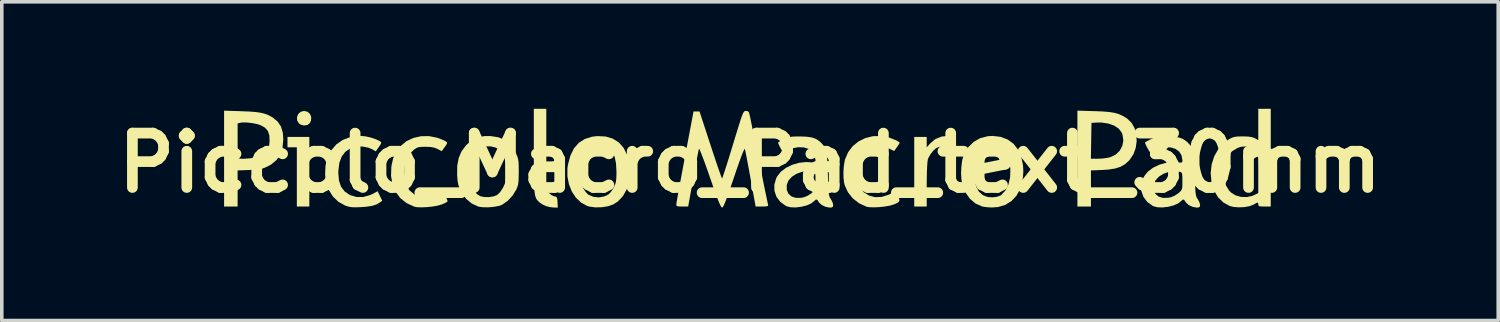
<source format=kicad_pcb>
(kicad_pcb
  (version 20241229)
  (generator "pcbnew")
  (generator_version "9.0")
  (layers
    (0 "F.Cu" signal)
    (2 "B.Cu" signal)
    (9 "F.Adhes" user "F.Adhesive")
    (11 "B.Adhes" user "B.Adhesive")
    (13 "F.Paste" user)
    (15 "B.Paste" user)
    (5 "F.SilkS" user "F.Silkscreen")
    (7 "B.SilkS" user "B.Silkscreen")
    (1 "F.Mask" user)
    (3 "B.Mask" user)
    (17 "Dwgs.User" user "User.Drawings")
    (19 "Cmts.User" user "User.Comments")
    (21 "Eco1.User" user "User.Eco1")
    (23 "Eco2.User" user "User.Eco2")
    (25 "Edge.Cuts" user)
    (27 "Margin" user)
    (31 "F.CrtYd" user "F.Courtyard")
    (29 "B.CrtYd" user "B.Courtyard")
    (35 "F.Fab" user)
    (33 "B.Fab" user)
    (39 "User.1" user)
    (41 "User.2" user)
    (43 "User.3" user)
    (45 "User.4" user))
  (footprint "Piccolo_Macro_Pad_text_30mm"
    (layer "F.Cu")
    (at 17.969 1.515)
    (property "Reference" "Piccolo_Macro_Pad_text_30mm" (at 0 0 0) (layer "F.SilkS") (effects (font (size 1.524 1.524) (thickness 0.3))))
    (attr board_only exclude_from_pos_files exclude_from_bom)
    (fp_poly (pts (xy -12.35 1.223) (xy -12.7 1.223) (xy -12.7 -0.437) (xy -12.962 -0.437) (xy -12.962 -0.728) (xy -12.35 -0.728)) (stroke (width 0) (type solid)) (fill yes) (layer "F.SilkS"))
    (fp_poly (pts (xy -12.398 -1.432) (xy -12.329 -1.368) (xy -12.296 -1.279) (xy -12.305 -1.179) (xy -12.338 -1.113) (xy -12.405 -1.062) (xy -12.496 -1.048) (xy -12.589 -1.07) (xy -12.642 -1.107) (xy -12.692 -1.192) (xy -12.696 -1.285) (xy -12.66 -1.371) (xy -12.59 -1.433) (xy -12.496 -1.456)) (stroke (width 0) (type solid)) (fill yes) (layer "F.SilkS"))
    (fp_poly (pts (xy -5.709 0.753) (xy -5.635 0.841) (xy -5.565 0.902) (xy -5.491 0.936) (xy -5.482 0.938) (xy -5.436 0.948) (xy -5.411 0.975) (xy -5.399 1.034) (xy -5.395 1.1) (xy -5.386 1.253) (xy -5.496 1.251) (xy -5.601 1.24) (xy -5.709 1.213) (xy -5.719 1.21) (xy -5.813 1.166) (xy -5.897 1.11) (xy -5.905 1.102) (xy -5.942 1.067) (xy -5.972 1.031) (xy -5.996 0.99) (xy -6.016 0.937) (xy -6.031 0.867) (xy -6.042 0.774) (xy -6.049 0.652) (xy -6.054 0.497) (xy -6.057 0.302) (xy -6.058 0.062) (xy -6.059 -0.229) (xy -6.059 -0.334) (xy -6.059 -1.515) (xy -5.709 -1.515)) (stroke (width 0) (type solid)) (fill yes) (layer "F.SilkS"))
    (fp_poly (pts (xy 5.657 -0.752) (xy 5.728 -0.735) (xy 5.754 -0.696) (xy 5.742 -0.63) (xy 5.71 -0.555) (xy 5.653 -0.454) (xy 5.602 -0.41) (xy 5.559 -0.424) (xy 5.547 -0.44) (xy 5.504 -0.459) (xy 5.416 -0.461) (xy 5.38 -0.459) (xy 5.282 -0.443) (xy 5.211 -0.409) (xy 5.138 -0.343) (xy 5.124 -0.328) (xy 5.054 -0.238) (xy 5 -0.141) (xy 4.984 -0.098) (xy 4.974 -0.033) (xy 4.965 0.08) (xy 4.958 0.232) (xy 4.954 0.411) (xy 4.952 0.608) (xy 4.952 0.619) (xy 4.952 1.223) (xy 4.602 1.223) (xy 4.602 -0.728) (xy 4.952 -0.728) (xy 4.952 -0.435) (xy 5.046 -0.542) (xy 5.19 -0.665) (xy 5.362 -0.736) (xy 5.534 -0.756)) (stroke (width 0) (type solid)) (fill yes) (layer "F.SilkS"))
    (fp_poly (pts (xy 9.663 -1.45) (xy 9.889 -1.441) (xy 10.069 -1.426) (xy 10.213 -1.402) (xy 10.333 -1.368) (xy 10.441 -1.32) (xy 10.548 -1.255) (xy 10.576 -1.236) (xy 10.695 -1.12) (xy 10.779 -0.969) (xy 10.826 -0.794) (xy 10.836 -0.608) (xy 10.809 -0.42) (xy 10.745 -0.243) (xy 10.642 -0.088) (xy 10.629 -0.073) (xy 10.516 0.031) (xy 10.39 0.106) (xy 10.239 0.156) (xy 10.053 0.186) (xy 9.882 0.198) (xy 9.554 0.211) (xy 9.554 1.223) (xy 9.175 1.223) (xy 9.175 -0.117) (xy 9.553 -0.117) (xy 9.752 -0.117) (xy 9.882 -0.123) (xy 10.014 -0.141) (xy 10.096 -0.16) (xy 10.246 -0.231) (xy 10.361 -0.341) (xy 10.434 -0.477) (xy 10.462 -0.63) (xy 10.44 -0.788) (xy 10.413 -0.855) (xy 10.332 -0.961) (xy 10.206 -1.044) (xy 10.043 -1.102) (xy 9.855 -1.131) (xy 9.707 -1.13) (xy 9.569 -1.121) (xy 9.561 -0.619) (xy 9.553 -0.117) (xy 9.175 -0.117) (xy 9.175 -1.464)) (stroke (width 0) (type solid)) (fill yes) (layer "F.SilkS"))
    (fp_poly (pts (xy -14.251 -1.448) (xy -14.026 -1.439) (xy -13.848 -1.425) (xy -13.707 -1.404) (xy -13.591 -1.375) (xy -13.49 -1.335) (xy -13.392 -1.281) (xy -13.376 -1.271) (xy -13.238 -1.158) (xy -13.145 -1.019) (xy -13.093 -0.848) (xy -13.08 -0.661) (xy -13.101 -0.43) (xy -13.162 -0.238) (xy -13.267 -0.083) (xy -13.416 0.042) (xy -13.508 0.093) (xy -13.598 0.135) (xy -13.676 0.162) (xy -13.76 0.18) (xy -13.867 0.191) (xy -14.013 0.198) (xy -14.028 0.199) (xy -14.36 0.211) (xy -14.36 1.223) (xy -14.739 1.223) (xy -14.739 -0.631) (xy -14.36 -0.631) (xy -14.359 -0.469) (xy -14.356 -0.329) (xy -14.35 -0.219) (xy -14.343 -0.151) (xy -14.338 -0.133) (xy -14.294 -0.119) (xy -14.207 -0.115) (xy -14.095 -0.121) (xy -13.971 -0.133) (xy -13.853 -0.152) (xy -13.754 -0.175) (xy -13.701 -0.195) (xy -13.588 -0.269) (xy -13.516 -0.361) (xy -13.477 -0.483) (xy -13.464 -0.605) (xy -13.47 -0.77) (xy -13.511 -0.893) (xy -13.592 -0.986) (xy -13.705 -1.052) (xy -13.817 -1.089) (xy -13.956 -1.116) (xy -14.098 -1.132) (xy -14.223 -1.133) (xy -14.284 -1.125) (xy -14.36 -1.106) (xy -14.36 -0.631) (xy -14.739 -0.631) (xy -14.739 -1.464)) (stroke (width 0) (type solid)) (fill yes) (layer "F.SilkS"))
    (fp_poly (pts (xy -10.779 -0.744) (xy -10.619 -0.708) (xy -10.47 -0.656) (xy -10.377 -0.609) (xy -10.343 -0.585) (xy -10.335 -0.559) (xy -10.355 -0.516) (xy -10.402 -0.447) (xy -10.487 -0.323) (xy -10.59 -0.383) (xy -10.694 -0.426) (xy -10.832 -0.454) (xy -10.878 -0.459) (xy -10.998 -0.463) (xy -11.089 -0.451) (xy -11.179 -0.418) (xy -11.199 -0.408) (xy -11.342 -0.311) (xy -11.445 -0.176) (xy -11.509 -0.000027) (xy -11.537 0.219) (xy -11.538 0.28) (xy -11.52 0.492) (xy -11.463 0.663) (xy -11.366 0.795) (xy -11.225 0.894) (xy -11.2 0.906) (xy -11.025 0.956) (xy -10.837 0.955) (xy -10.652 0.904) (xy -10.595 0.878) (xy -10.436 0.794) (xy -10.371 0.927) (xy -10.307 1.06) (xy -10.373 1.109) (xy -10.468 1.164) (xy -10.592 1.204) (xy -10.754 1.229) (xy -10.923 1.241) (xy -11.068 1.245) (xy -11.174 1.24) (xy -11.26 1.224) (xy -11.345 1.196) (xy -11.347 1.195) (xy -11.536 1.09) (xy -11.69 0.941) (xy -11.807 0.754) (xy -11.881 0.534) (xy -11.908 0.335) (xy -11.897 0.076) (xy -11.838 -0.155) (xy -11.735 -0.355) (xy -11.592 -0.519) (xy -11.413 -0.644) (xy -11.2 -0.724) (xy -10.958 -0.757) (xy -10.922 -0.757)) (stroke (width 0) (type solid)) (fill yes) (layer "F.SilkS"))
    (fp_poly (pts (xy -8.78 -0.708) (xy -8.761 -0.702) (xy -8.657 -0.664) (xy -8.569 -0.627) (xy -8.521 -0.601) (xy -8.493 -0.575) (xy -8.491 -0.545) (xy -8.52 -0.494) (xy -8.554 -0.446) (xy -8.64 -0.328) (xy -8.755 -0.389) (xy -8.842 -0.425) (xy -8.945 -0.445) (xy -9.084 -0.451) (xy -9.093 -0.451) (xy -9.21 -0.449) (xy -9.289 -0.44) (xy -9.347 -0.418) (xy -9.406 -0.379) (xy -9.428 -0.362) (xy -9.56 -0.225) (xy -9.646 -0.061) (xy -9.689 0.137) (xy -9.693 0.187) (xy -9.688 0.418) (xy -9.64 0.61) (xy -9.55 0.763) (xy -9.418 0.875) (xy -9.38 0.896) (xy -9.201 0.954) (xy -9.012 0.958) (xy -8.818 0.906) (xy -8.755 0.877) (xy -8.588 0.793) (xy -8.532 0.923) (xy -8.499 1.004) (xy -8.479 1.063) (xy -8.476 1.078) (xy -8.501 1.101) (xy -8.567 1.134) (xy -8.644 1.166) (xy -8.758 1.199) (xy -8.903 1.224) (xy -9.059 1.24) (xy -9.209 1.246) (xy -9.336 1.241) (xy -9.408 1.227) (xy -9.623 1.128) (xy -9.798 0.989) (xy -9.93 0.813) (xy -10.018 0.606) (xy -10.06 0.37) (xy -10.052 0.111) (xy -10.048 0.081) (xy -10.001 -0.128) (xy -9.919 -0.305) (xy -9.793 -0.471) (xy -9.784 -0.48) (xy -9.627 -0.609) (xy -9.437 -0.699) (xy -9.224 -0.747) (xy -9.001 -0.751)) (stroke (width 0) (type solid)) (fill yes) (layer "F.SilkS"))
    (fp_poly (pts (xy 7.024 -0.73) (xy 7.221 -0.655) (xy 7.384 -0.536) (xy 7.511 -0.373) (xy 7.601 -0.17) (xy 7.651 0.071) (xy 7.66 0.252) (xy 7.638 0.507) (xy 7.573 0.73) (xy 7.468 0.919) (xy 7.327 1.069) (xy 7.154 1.177) (xy 6.951 1.237) (xy 6.779 1.25) (xy 6.663 1.244) (xy 6.555 1.231) (xy 6.5 1.219) (xy 6.318 1.137) (xy 6.164 1.007) (xy 6.04 0.832) (xy 5.953 0.617) (xy 5.952 0.615) (xy 5.925 0.468) (xy 5.915 0.291) (xy 5.918 0.233) (xy 6.278 0.233) (xy 6.293 0.473) (xy 6.339 0.665) (xy 6.417 0.808) (xy 6.527 0.906) (xy 6.656 0.955) (xy 6.785 0.966) (xy 6.913 0.952) (xy 7.017 0.916) (xy 7.041 0.9) (xy 7.16 0.77) (xy 7.244 0.601) (xy 7.29 0.399) (xy 7.296 0.173) (xy 7.281 0.034) (xy 7.232 -0.161) (xy 7.157 -0.306) (xy 7.051 -0.403) (xy 6.913 -0.455) (xy 6.793 -0.466) (xy 6.641 -0.449) (xy 6.52 -0.392) (xy 6.42 -0.288) (xy 6.363 -0.197) (xy 6.322 -0.118) (xy 6.297 -0.048) (xy 6.284 0.032) (xy 6.278 0.139) (xy 6.278 0.233) (xy 5.918 0.233) (xy 5.923 0.105) (xy 5.946 -0.07) (xy 5.984 -0.213) (xy 5.995 -0.239) (xy 6.111 -0.435) (xy 6.265 -0.587) (xy 6.45 -0.693) (xy 6.663 -0.748) (xy 6.795 -0.756)) (stroke (width 0) (type solid)) (fill yes) (layer "F.SilkS"))
    (fp_poly (pts (xy 3.892 -0.713) (xy 4.104 -0.628) (xy 4.164 -0.592) (xy 4.194 -0.567) (xy 4.194 -0.565) (xy 4.179 -0.533) (xy 4.14 -0.473) (xy 4.117 -0.44) (xy 4.039 -0.332) (xy 3.92 -0.392) (xy 3.825 -0.428) (xy 3.711 -0.447) (xy 3.578 -0.451) (xy 3.461 -0.449) (xy 3.382 -0.44) (xy 3.323 -0.418) (xy 3.264 -0.378) (xy 3.243 -0.362) (xy 3.158 -0.277) (xy 3.079 -0.176) (xy 3.058 -0.143) (xy 3.023 -0.074) (xy 3.002 -0.006) (xy 2.99 0.078) (xy 2.986 0.195) (xy 2.986 0.264) (xy 2.987 0.398) (xy 2.994 0.491) (xy 3.009 0.56) (xy 3.037 0.623) (xy 3.073 0.685) (xy 3.191 0.824) (xy 3.338 0.917) (xy 3.506 0.961) (xy 3.689 0.954) (xy 3.878 0.895) (xy 3.915 0.878) (xy 4.081 0.794) (xy 4.138 0.906) (xy 4.18 1.001) (xy 4.187 1.064) (xy 4.15 1.109) (xy 4.066 1.151) (xy 4.027 1.166) (xy 3.913 1.199) (xy 3.768 1.224) (xy 3.612 1.24) (xy 3.461 1.246) (xy 3.335 1.241) (xy 3.262 1.227) (xy 3.055 1.131) (xy 2.88 0.994) (xy 2.744 0.823) (xy 2.655 0.627) (xy 2.637 0.56) (xy 2.62 0.419) (xy 2.618 0.249) (xy 2.63 0.077) (xy 2.656 -0.071) (xy 2.662 -0.095) (xy 2.749 -0.299) (xy 2.878 -0.469) (xy 3.042 -0.602) (xy 3.232 -0.696) (xy 3.442 -0.748) (xy 3.665 -0.754)) (stroke (width 0) (type solid)) (fill yes) (layer "F.SilkS"))
    (fp_poly (pts (xy 14.593 1.223) (xy 14.419 1.223) (xy 14.321 1.221) (xy 14.268 1.212) (xy 14.247 1.191) (xy 14.244 1.165) (xy 14.241 1.124) (xy 14.226 1.112) (xy 14.184 1.128) (xy 14.111 1.17) (xy 14.001 1.213) (xy 13.856 1.239) (xy 13.698 1.246) (xy 13.549 1.234) (xy 13.445 1.208) (xy 13.264 1.109) (xy 13.116 0.964) (xy 13.006 0.777) (xy 12.936 0.552) (xy 12.932 0.532) (xy 12.91 0.281) (xy 12.911 0.277) (xy 13.283 0.277) (xy 13.298 0.479) (xy 13.343 0.64) (xy 13.423 0.771) (xy 13.476 0.827) (xy 13.602 0.908) (xy 13.757 0.952) (xy 13.922 0.958) (xy 14.08 0.924) (xy 14.128 0.902) (xy 14.244 0.844) (xy 14.244 0.276) (xy 14.243 0.08) (xy 14.242 -0.067) (xy 14.238 -0.172) (xy 14.232 -0.244) (xy 14.222 -0.292) (xy 14.207 -0.323) (xy 14.187 -0.348) (xy 14.184 -0.351) (xy 14.066 -0.43) (xy 13.921 -0.464) (xy 13.763 -0.452) (xy 13.668 -0.421) (xy 13.51 -0.326) (xy 13.393 -0.19) (xy 13.318 -0.013) (xy 13.285 0.203) (xy 13.283 0.277) (xy 12.911 0.277) (xy 12.938 0.037) (xy 13.012 -0.19) (xy 13.129 -0.394) (xy 13.285 -0.563) (xy 13.423 -0.663) (xy 13.499 -0.703) (xy 13.57 -0.727) (xy 13.656 -0.739) (xy 13.776 -0.742) (xy 13.807 -0.743) (xy 13.959 -0.738) (xy 14.067 -0.722) (xy 14.146 -0.693) (xy 14.149 -0.691) (xy 14.244 -0.639) (xy 14.244 -1.515) (xy 14.593 -1.515)) (stroke (width 0) (type solid)) (fill yes) (layer "F.SilkS"))
    (fp_poly (pts (xy -4.049 -0.74) (xy -3.847 -0.68) (xy -3.677 -0.573) (xy -3.542 -0.42) (xy -3.443 -0.223) (xy -3.383 0.017) (xy -3.382 0.021) (xy -3.363 0.282) (xy -3.389 0.525) (xy -3.456 0.744) (xy -3.562 0.931) (xy -3.704 1.081) (xy -3.835 1.165) (xy -3.975 1.214) (xy -4.146 1.242) (xy -4.325 1.247) (xy -4.489 1.227) (xy -4.562 1.207) (xy -4.733 1.114) (xy -4.879 0.976) (xy -4.994 0.802) (xy -5.074 0.6) (xy -5.117 0.379) (xy -5.117 0.262) (xy -4.733 0.262) (xy -4.732 0.414) (xy -4.726 0.522) (xy -4.715 0.601) (xy -4.695 0.664) (xy -4.667 0.721) (xy -4.611 0.807) (xy -4.548 0.876) (xy -4.527 0.893) (xy -4.39 0.951) (xy -4.235 0.967) (xy -4.082 0.94) (xy -3.964 0.882) (xy -3.907 0.824) (xy -3.846 0.737) (xy -3.816 0.683) (xy -3.781 0.607) (xy -3.759 0.533) (xy -3.748 0.444) (xy -3.743 0.324) (xy -3.743 0.248) (xy -3.755 0.013) (xy -3.794 -0.171) (xy -3.861 -0.308) (xy -3.958 -0.401) (xy -4.087 -0.452) (xy -4.226 -0.466) (xy -4.387 -0.445) (xy -4.518 -0.378) (xy -4.624 -0.262) (xy -4.661 -0.203) (xy -4.693 -0.14) (xy -4.714 -0.08) (xy -4.726 -0.007) (xy -4.732 0.092) (xy -4.733 0.233) (xy -4.733 0.262) (xy -5.117 0.262) (xy -5.117 0.148) (xy -5.102 0.048) (xy -5.035 -0.203) (xy -4.935 -0.405) (xy -4.8 -0.561) (xy -4.63 -0.67) (xy -4.425 -0.734) (xy -4.283 -0.751)) (stroke (width 0) (type solid)) (fill yes) (layer "F.SilkS"))
    (fp_poly (pts (xy -7.269 -0.751) (xy -7.053 -0.718) (xy -6.877 -0.647) (xy -6.732 -0.532) (xy -6.612 -0.368) (xy -6.557 -0.262) (xy -6.524 -0.187) (xy -6.502 -0.118) (xy -6.489 -0.039) (xy -6.483 0.064) (xy -6.481 0.207) (xy -6.481 0.248) (xy -6.483 0.405) (xy -6.488 0.519) (xy -6.5 0.604) (xy -6.52 0.675) (xy -6.548 0.743) (xy -6.651 0.912) (xy -6.788 1.061) (xy -6.943 1.17) (xy -6.947 1.173) (xy -7.049 1.208) (xy -7.188 1.233) (xy -7.341 1.245) (xy -7.488 1.243) (xy -7.607 1.226) (xy -7.621 1.222) (xy -7.8 1.138) (xy -7.957 1.005) (xy -8.081 0.833) (xy -8.094 0.808) (xy -8.143 0.706) (xy -8.174 0.617) (xy -8.193 0.52) (xy -8.204 0.393) (xy -8.208 0.338) (xy -8.207 0.283) (xy -7.856 0.283) (xy -7.842 0.461) (xy -7.803 0.627) (xy -7.738 0.769) (xy -7.647 0.878) (xy -7.559 0.933) (xy -7.451 0.957) (xy -7.32 0.959) (xy -7.191 0.94) (xy -7.091 0.902) (xy -7.09 0.901) (xy -7.005 0.822) (xy -6.925 0.7) (xy -6.913 0.677) (xy -6.872 0.586) (xy -6.848 0.503) (xy -6.836 0.407) (xy -6.832 0.277) (xy -6.832 0.249) (xy -6.843 0.031) (xy -6.881 -0.142) (xy -6.948 -0.279) (xy -7.02 -0.365) (xy -7.122 -0.427) (xy -7.255 -0.461) (xy -7.398 -0.464) (xy -7.53 -0.433) (xy -7.549 -0.425) (xy -7.66 -0.343) (xy -7.747 -0.22) (xy -7.809 -0.068) (xy -7.845 0.104) (xy -7.856 0.283) (xy -8.207 0.283) (xy -8.205 0.082) (xy -8.165 -0.134) (xy -8.087 -0.32) (xy -7.967 -0.482) (xy -7.938 -0.513) (xy -7.786 -0.639) (xy -7.625 -0.717) (xy -7.441 -0.751)) (stroke (width 0) (type solid)) (fill yes) (layer "F.SilkS"))
    (fp_poly (pts (xy 1.413 -0.741) (xy 1.597 -0.733) (xy 1.737 -0.712) (xy 1.847 -0.673) (xy 1.94 -0.611) (xy 1.991 -0.564) (xy 2.045 -0.506) (xy 2.087 -0.446) (xy 2.118 -0.377) (xy 2.141 -0.289) (xy 2.157 -0.173) (xy 2.169 -0.023) (xy 2.177 0.172) (xy 2.182 0.325) (xy 2.188 0.529) (xy 2.194 0.682) (xy 2.201 0.795) (xy 2.21 0.875) (xy 2.221 0.931) (xy 2.237 0.971) (xy 2.257 1.005) (xy 2.265 1.016) (xy 2.309 1.095) (xy 2.33 1.171) (xy 2.33 1.179) (xy 2.322 1.231) (xy 2.283 1.25) (xy 2.24 1.253) (xy 2.123 1.233) (xy 2.014 1.182) (xy 1.934 1.111) (xy 1.922 1.091) (xy 1.882 1.032) (xy 1.846 1.027) (xy 1.804 1.065) (xy 1.714 1.136) (xy 1.585 1.193) (xy 1.432 1.231) (xy 1.275 1.249) (xy 1.13 1.243) (xy 1.014 1.211) (xy 1.005 1.206) (xy 0.849 1.092) (xy 0.741 0.95) (xy 0.685 0.788) (xy 0.681 0.618) (xy 1.029 0.618) (xy 1.03 0.758) (xy 1.078 0.867) (xy 1.166 0.943) (xy 1.288 0.981) (xy 1.44 0.978) (xy 1.523 0.959) (xy 1.616 0.92) (xy 1.712 0.858) (xy 1.734 0.84) (xy 1.784 0.794) (xy 1.813 0.753) (xy 1.829 0.701) (xy 1.834 0.622) (xy 1.835 0.51) (xy 1.834 0.391) (xy 1.828 0.318) (xy 1.815 0.278) (xy 1.792 0.259) (xy 1.77 0.251) (xy 1.611 0.232) (xy 1.451 0.252) (xy 1.302 0.306) (xy 1.174 0.388) (xy 1.079 0.492) (xy 1.03 0.613) (xy 1.029 0.618) (xy 0.681 0.618) (xy 0.681 0.614) (xy 0.732 0.436) (xy 0.764 0.374) (xy 0.866 0.246) (xy 1.012 0.136) (xy 1.188 0.051) (xy 1.381 -0.004) (xy 1.578 -0.024) (xy 1.691 -0.017) (xy 1.776 -0.007) (xy 1.819 -0.012) (xy 1.833 -0.037) (xy 1.835 -0.075) (xy 1.811 -0.212) (xy 1.743 -0.319) (xy 1.639 -0.394) (xy 1.505 -0.434) (xy 1.348 -0.439) (xy 1.175 -0.406) (xy 0.994 -0.334) (xy 0.931 -0.3) (xy 0.912 -0.318) (xy 0.879 -0.372) (xy 0.841 -0.442) (xy 0.807 -0.511) (xy 0.788 -0.561) (xy 0.786 -0.57) (xy 0.811 -0.59) (xy 0.874 -0.625) (xy 0.954 -0.664) (xy 1.04 -0.701) (xy 1.118 -0.725) (xy 1.205 -0.737) (xy 1.321 -0.741)) (stroke (width 0) (type solid)) (fill yes) (layer "F.SilkS"))
    (fp_poly (pts (xy 11.695 -0.741) (xy 11.879 -0.733) (xy 12.019 -0.712) (xy 12.129 -0.673) (xy 12.223 -0.611) (xy 12.274 -0.564) (xy 12.327 -0.506) (xy 12.369 -0.446) (xy 12.4 -0.377) (xy 12.423 -0.289) (xy 12.439 -0.173) (xy 12.451 -0.023) (xy 12.459 0.172) (xy 12.464 0.325) (xy 12.47 0.529) (xy 12.476 0.682) (xy 12.483 0.795) (xy 12.492 0.875) (xy 12.503 0.931) (xy 12.519 0.971) (xy 12.539 1.005) (xy 12.547 1.016) (xy 12.591 1.095) (xy 12.612 1.171) (xy 12.613 1.179) (xy 12.604 1.231) (xy 12.566 1.25) (xy 12.522 1.253) (xy 12.405 1.233) (xy 12.296 1.182) (xy 12.217 1.111) (xy 12.204 1.091) (xy 12.164 1.032) (xy 12.128 1.027) (xy 12.087 1.065) (xy 11.997 1.136) (xy 11.867 1.193) (xy 11.715 1.231) (xy 11.557 1.249) (xy 11.412 1.243) (xy 11.296 1.211) (xy 11.287 1.206) (xy 11.131 1.092) (xy 11.024 0.95) (xy 10.967 0.788) (xy 10.963 0.618) (xy 11.312 0.618) (xy 11.313 0.758) (xy 11.36 0.867) (xy 11.448 0.943) (xy 11.571 0.981) (xy 11.723 0.978) (xy 11.805 0.959) (xy 11.898 0.92) (xy 11.994 0.858) (xy 12.016 0.84) (xy 12.066 0.794) (xy 12.096 0.753) (xy 12.111 0.701) (xy 12.117 0.622) (xy 12.117 0.51) (xy 12.116 0.391) (xy 12.111 0.318) (xy 12.098 0.278) (xy 12.074 0.259) (xy 12.052 0.251) (xy 11.894 0.232) (xy 11.734 0.252) (xy 11.584 0.306) (xy 11.456 0.388) (xy 11.362 0.492) (xy 11.313 0.613) (xy 11.312 0.618) (xy 10.963 0.618) (xy 10.963 0.614) (xy 11.015 0.436) (xy 11.046 0.374) (xy 11.148 0.246) (xy 11.294 0.136) (xy 11.47 0.051) (xy 11.663 -0.004) (xy 11.86 -0.024) (xy 11.973 -0.017) (xy 12.059 -0.007) (xy 12.101 -0.012) (xy 12.116 -0.037) (xy 12.117 -0.075) (xy 12.093 -0.212) (xy 12.026 -0.319) (xy 11.921 -0.394) (xy 11.787 -0.434) (xy 11.63 -0.439) (xy 11.458 -0.406) (xy 11.276 -0.334) (xy 11.213 -0.3) (xy 11.195 -0.318) (xy 11.161 -0.372) (xy 11.123 -0.442) (xy 11.09 -0.511) (xy 11.07 -0.561) (xy 11.069 -0.57) (xy 11.093 -0.59) (xy 11.156 -0.625) (xy 11.236 -0.664) (xy 11.322 -0.701) (xy 11.4 -0.725) (xy 11.487 -0.737) (xy 11.603 -0.741)) (stroke (width 0) (type solid)) (fill yes) (layer "F.SilkS"))
    (fp_poly (pts (xy -0.064 -1.45) (xy -0.034 -1.422) (xy -0.013 -1.356) (xy -0.004 -1.316) (xy 0.009 -1.257) (xy 0.031 -1.147) (xy 0.062 -0.995) (xy 0.1 -0.807) (xy 0.145 -0.589) (xy 0.193 -0.349) (xy 0.245 -0.094) (xy 0.261 -0.012) (xy 0.313 0.241) (xy 0.361 0.477) (xy 0.404 0.689) (xy 0.442 0.872) (xy 0.473 1.019) (xy 0.495 1.123) (xy 0.507 1.18) (xy 0.509 1.187) (xy 0.5 1.208) (xy 0.446 1.22) (xy 0.343 1.223) (xy 0.34 1.223) (xy 0.157 1.223) (xy 0.016 0.444) (xy -0.022 0.236) (xy -0.058 0.045) (xy -0.089 -0.121) (xy -0.115 -0.254) (xy -0.134 -0.346) (xy -0.145 -0.389) (xy -0.145 -0.389) (xy -0.16 -0.381) (xy -0.191 -0.316) (xy -0.239 -0.196) (xy -0.303 -0.02) (xy -0.384 0.211) (xy -0.449 0.404) (xy -0.535 0.656) (xy -0.605 0.857) (xy -0.661 1.011) (xy -0.705 1.123) (xy -0.738 1.198) (xy -0.764 1.239) (xy -0.782 1.253) (xy -0.783 1.253) (xy -0.801 1.24) (xy -0.827 1.198) (xy -0.862 1.122) (xy -0.908 1.009) (xy -0.965 0.853) (xy -1.038 0.651) (xy -1.122 0.41) (xy -1.194 0.203) (xy -1.261 0.016) (xy -1.32 -0.144) (xy -1.369 -0.27) (xy -1.405 -0.356) (xy -1.426 -0.397) (xy -1.43 -0.398) (xy -1.44 -0.362) (xy -1.458 -0.275) (xy -1.483 -0.147) (xy -1.514 0.015) (xy -1.549 0.204) (xy -1.587 0.412) (xy -1.59 0.43) (xy -1.733 1.223) (xy -1.901 1.223) (xy -1.997 1.221) (xy -2.048 1.21) (xy -2.066 1.187) (xy -2.067 1.172) (xy -2.062 1.134) (xy -2.047 1.044) (xy -2.023 0.909) (xy -1.991 0.735) (xy -1.953 0.528) (xy -1.91 0.294) (xy -1.862 0.039) (xy -1.825 -0.16) (xy -1.583 -1.442) (xy -1.415 -1.442) (xy -1.108 -0.503) (xy -1.035 -0.281) (xy -0.967 -0.078) (xy -0.907 0.1) (xy -0.856 0.247) (xy -0.817 0.356) (xy -0.792 0.421) (xy -0.784 0.436) (xy -0.772 0.41) (xy -0.745 0.334) (xy -0.705 0.214) (xy -0.655 0.059) (xy -0.597 -0.127) (xy -0.532 -0.337) (xy -0.479 -0.51) (xy -0.402 -0.764) (xy -0.339 -0.968) (xy -0.289 -1.128) (xy -0.25 -1.248) (xy -0.218 -1.335) (xy -0.194 -1.393) (xy -0.173 -1.429) (xy -0.154 -1.448) (xy -0.135 -1.455) (xy -0.113 -1.456) (xy -0.113 -1.456)) (stroke (width 0) (type solid)) (fill yes) (layer "F.SilkS")))
  (gr_rect
    (start -3 -3)
    (end 38.937 5.933)
    (stroke (width 0.1) (type default))
    (fill no)
    (layer "Edge.Cuts")))
</source>
